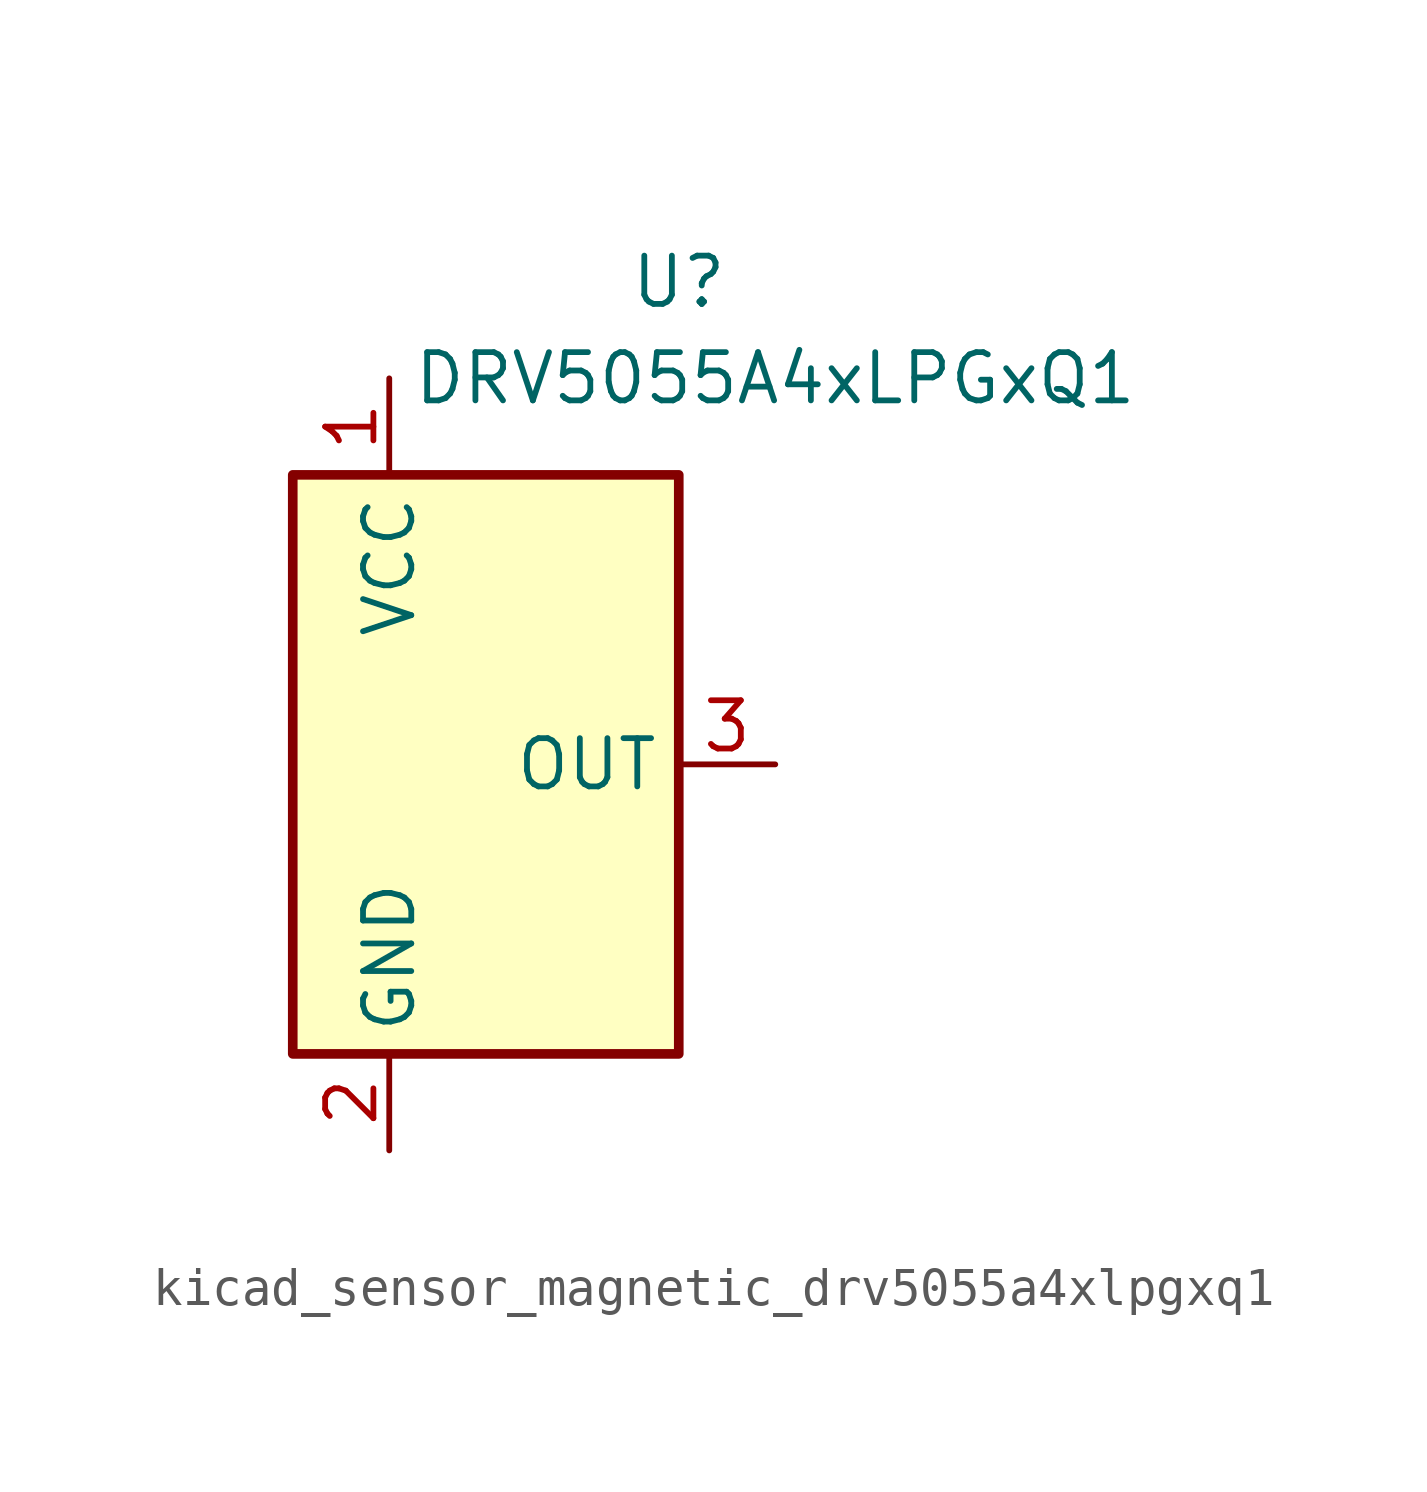
<source format=kicad_sym>
(kicad_symbol_lib
  (version 20220914)
  (generator kicad_symbol_editor)
  (symbol "kicad_sensor_magnetic_drv5055a4xlpgxq1"
    (property "Reference" "U"
      (at 5.08 12.7 0)
      (effects (font (size 1.27 1.27))))
    (property "Value" "DRV5055A4xLPGxQ1"
      (at 7.62 10.16 0)
      (effects (font (size 1.27 1.27))))
    (symbol "kicad_sensor_magnetic_drv5055a4xlpgxq1_1_1"
      (rectangle (start -5.08 7.62) (end 5.08 -7.62) (stroke (width 0.254) (type default)) (fill (type background)))
      (pin power_in line (at -2.54 10.16 270) (length 2.54) (name "VCC" (effects (font (size 1.27 1.27)))) (number "1" (effects (font (size 1.27 1.27)))))
      (pin power_in line (at -2.54 -10.16 90) (length 2.54) (name "GND" (effects (font (size 1.27 1.27)))) (number "2" (effects (font (size 1.27 1.27)))))
      (pin output line (at 7.62 0 180) (length 2.54) (name "OUT" (effects (font (size 1.27 1.27)))) (number "3" (effects (font (size 1.27 1.27))))))))
</source>
